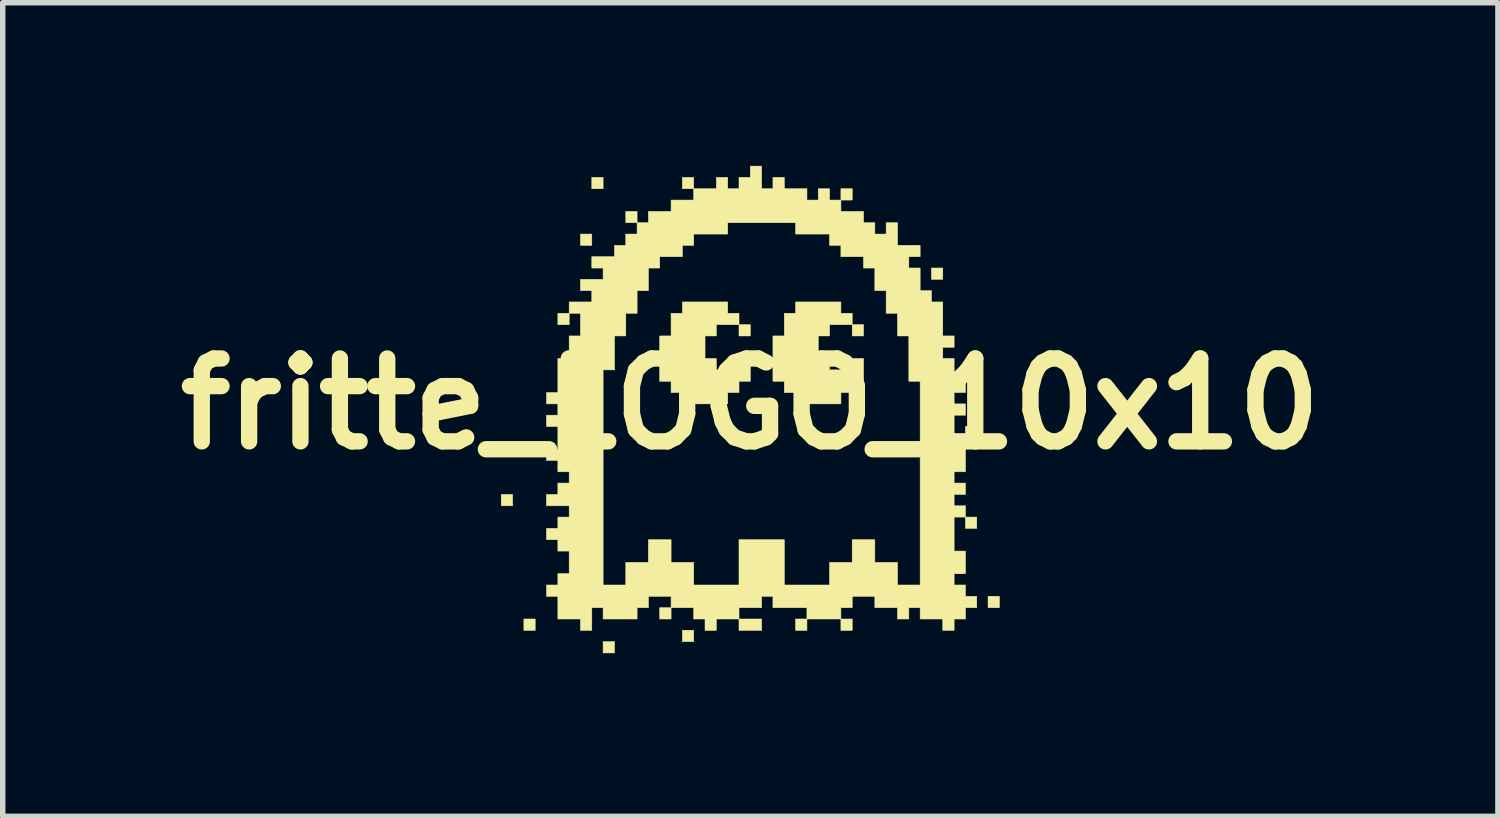
<source format=kicad_pcb>
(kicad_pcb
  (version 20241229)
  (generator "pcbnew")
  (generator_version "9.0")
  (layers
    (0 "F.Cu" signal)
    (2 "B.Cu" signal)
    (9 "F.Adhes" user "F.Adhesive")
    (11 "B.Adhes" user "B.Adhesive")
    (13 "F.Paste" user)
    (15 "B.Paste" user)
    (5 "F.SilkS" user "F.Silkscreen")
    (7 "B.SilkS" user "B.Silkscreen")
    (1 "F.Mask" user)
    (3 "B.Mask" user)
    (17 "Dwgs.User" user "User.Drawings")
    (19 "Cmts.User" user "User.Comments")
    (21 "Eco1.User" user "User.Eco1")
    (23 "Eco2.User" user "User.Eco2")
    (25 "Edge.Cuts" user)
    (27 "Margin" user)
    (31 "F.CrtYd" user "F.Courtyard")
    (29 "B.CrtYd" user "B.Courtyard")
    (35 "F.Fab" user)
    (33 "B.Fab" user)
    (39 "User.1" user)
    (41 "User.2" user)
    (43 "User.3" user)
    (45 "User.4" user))
  (footprint "fritte_LOGO_10x10"
    (layer "F.Cu")
    (at 10.748 4.377)
    (property "Reference" "fritte_LOGO_10x10" (at 0 0 0) (layer "F.SilkS") (effects (font (size 1.524 1.524) (thickness 0.3))))
    (attr through_hole)
    (fp_poly (pts (xy -4.372 1.874) (xy -4.58 1.874) (xy -4.58 1.666) (xy -4.372 1.666) (xy -4.372 1.874)) (stroke (width 0.01) (type solid)) (fill yes) (layer "F.SilkS"))
    (fp_poly (pts (xy -3.956 4.164) (xy -4.164 4.164) (xy -4.164 3.956) (xy -3.956 3.956) (xy -3.956 4.164)) (stroke (width 0.01) (type solid)) (fill yes) (layer "F.SilkS"))
    (fp_poly (pts (xy -3.331 -1.457) (xy -3.539 -1.457) (xy -3.539 -1.666) (xy -3.331 -1.666) (xy -3.331 -1.457)) (stroke (width 0.01) (type solid)) (fill yes) (layer "F.SilkS"))
    (fp_poly (pts (xy -2.915 -2.915) (xy -3.123 -2.915) (xy -3.123 -3.123) (xy -2.915 -3.123) (xy -2.915 -2.915)) (stroke (width 0.01) (type solid)) (fill yes) (layer "F.SilkS"))
    (fp_poly (pts (xy -2.707 -3.956) (xy -2.915 -3.956) (xy -2.915 -4.164) (xy -2.707 -4.164) (xy -2.707 -3.956)) (stroke (width 0.01) (type solid)) (fill yes) (layer "F.SilkS"))
    (fp_poly (pts (xy -2.498 4.58) (xy -2.707 4.58) (xy -2.707 4.372) (xy -2.498 4.372) (xy -2.498 4.58)) (stroke (width 0.01) (type solid)) (fill yes) (layer "F.SilkS"))
    (fp_poly (pts (xy -2.082 -3.331) (xy -2.29 -3.331) (xy -2.29 -3.539) (xy -2.082 -3.539) (xy -2.082 -3.331)) (stroke (width 0.01) (type solid)) (fill yes) (layer "F.SilkS"))
    (fp_poly (pts (xy -1.457 3.956) (xy -1.666 3.956) (xy -1.666 3.748) (xy -1.457 3.748) (xy -1.457 3.956)) (stroke (width 0.01) (type solid)) (fill yes) (layer "F.SilkS"))
    (fp_poly (pts (xy -1.041 -3.956) (xy -1.249 -3.956) (xy -1.249 -4.164) (xy -1.041 -4.164) (xy -1.041 -3.956)) (stroke (width 0.01) (type solid)) (fill yes) (layer "F.SilkS"))
    (fp_poly (pts (xy -1.041 4.372) (xy -1.249 4.372) (xy -1.249 4.164) (xy -1.041 4.164) (xy -1.041 4.372)) (stroke (width 0.01) (type solid)) (fill yes) (layer "F.SilkS"))
    (fp_poly (pts (xy 0 -1.249) (xy -0.208 -1.249) (xy -0.208 -1.457) (xy 0 -1.457) (xy 0 -1.249)) (stroke (width 0.01) (type solid)) (fill yes) (layer "F.SilkS"))
    (fp_poly (pts (xy 0.208 4.164) (xy -0.208 4.164) (xy -0.208 3.956) (xy 0.208 3.956) (xy 0.208 4.164)) (stroke (width 0.01) (type solid)) (fill yes) (layer "F.SilkS"))
    (fp_poly (pts (xy 1.041 4.164) (xy 0.833 4.164) (xy 0.833 3.956) (xy 1.041 3.956) (xy 1.041 4.164)) (stroke (width 0.01) (type solid)) (fill yes) (layer "F.SilkS"))
    (fp_poly (pts (xy 1.874 -3.748) (xy 1.666 -3.748) (xy 1.666 -3.956) (xy 1.874 -3.956) (xy 1.874 -3.748)) (stroke (width 0.01) (type solid)) (fill yes) (layer "F.SilkS"))
    (fp_poly (pts (xy 1.874 4.164) (xy 1.666 4.164) (xy 1.666 3.956) (xy 1.874 3.956) (xy 1.874 4.164)) (stroke (width 0.01) (type solid)) (fill yes) (layer "F.SilkS"))
    (fp_poly (pts (xy 2.082 -1.249) (xy 1.874 -1.249) (xy 1.874 -1.457) (xy 2.082 -1.457) (xy 2.082 -1.249)) (stroke (width 0.01) (type solid)) (fill yes) (layer "F.SilkS"))
    (fp_poly (pts (xy 3.539 -2.29) (xy 3.331 -2.29) (xy 3.331 -2.498) (xy 3.539 -2.498) (xy 3.539 -2.29)) (stroke (width 0.01) (type solid)) (fill yes) (layer "F.SilkS"))
    (fp_poly (pts (xy 4.164 0.625) (xy 3.956 0.625) (xy 3.956 0.416) (xy 4.164 0.416) (xy 4.164 0.625)) (stroke (width 0.01) (type solid)) (fill yes) (layer "F.SilkS"))
    (fp_poly (pts (xy 4.164 2.29) (xy 3.956 2.29) (xy 3.956 2.082) (xy 4.164 2.082) (xy 4.164 2.29)) (stroke (width 0.01) (type solid)) (fill yes) (layer "F.SilkS"))
    (fp_poly (pts (xy 4.58 3.748) (xy 4.372 3.748) (xy 4.372 3.539) (xy 4.58 3.539) (xy 4.58 3.748)) (stroke (width 0.01) (type solid)) (fill yes) (layer "F.SilkS"))
    (fp_poly (pts (xy -0.416 -1.666) (xy -0.208 -1.666) (xy -0.208 -1.457) (xy -0.625 -1.457) (xy -0.625 -1.249) (xy -0.833 -1.249) (xy -0.833 -0.833) (xy -0.625 -0.833) (xy -0.625 -0.625) (xy -0.208 -0.625) (xy -0.208 -0.833) (xy 0 -0.833) (xy 0 -0.416) (xy -0.208 -0.416) (xy -0.208 -0.208) (xy -0.416 -0.208) (xy -0.416 0) (xy -1.249 0) (xy -1.249 -0.208) (xy -1.457 -0.208) (xy -1.457 -0.416) (xy -1.666 -0.416) (xy -1.666 -1.249) (xy -1.457 -1.249) (xy -1.457 -1.666) (xy -1.249 -1.666) (xy -1.249 -1.874) (xy -0.416 -1.874) (xy -0.416 -1.666)) (stroke (width 0.01) (type solid)) (fill yes) (layer "F.SilkS"))
    (fp_poly (pts (xy 1.666 -1.666) (xy 1.874 -1.666) (xy 1.874 -1.457) (xy 1.457 -1.457) (xy 1.457 -1.249) (xy 1.249 -1.249) (xy 1.249 -0.833) (xy 1.457 -0.833) (xy 1.457 -0.625) (xy 1.874 -0.625) (xy 1.874 -0.833) (xy 2.082 -0.833) (xy 2.082 -0.416) (xy 1.874 -0.416) (xy 1.874 -0.208) (xy 1.666 -0.208) (xy 1.666 0) (xy 0.833 0) (xy 0.833 -0.208) (xy 0.625 -0.208) (xy 0.625 -0.416) (xy 0.416 -0.416) (xy 0.416 -1.249) (xy 0.625 -1.249) (xy 0.625 -1.666) (xy 0.833 -1.666) (xy 0.833 -1.874) (xy 1.666 -1.874) (xy 1.666 -1.666)) (stroke (width 0.01) (type solid)) (fill yes) (layer "F.SilkS"))
    (fp_poly (pts (xy -3.331 -1.874) (xy -2.915 -1.874) (xy -2.915 -2.082) (xy -3.123 -2.082) (xy -3.123 -2.29) (xy -2.707 -2.29) (xy -2.707 -2.498) (xy -2.915 -2.498) (xy -2.915 -2.707) (xy -2.498 -2.707) (xy -2.498 -2.915) (xy -2.29 -2.915) (xy -2.29 -3.123) (xy -2.082 -3.123) (xy -2.082 -3.331) (xy -1.874 -3.331) (xy -1.874 -3.539) (xy -1.457 -3.539) (xy -1.457 -3.748) (xy -1.041 -3.748) (xy -1.041 -3.956) (xy -0.625 -3.956) (xy -0.625 -4.164) (xy -0.416 -4.164) (xy -0.416 -3.956) (xy -0.208 -3.956) (xy -0.208 -4.164) (xy 0 -4.164) (xy 0 -4.372) (xy 0.208 -4.372) (xy 0.208 -3.956) (xy 0.416 -3.956) (xy 0.416 -4.164) (xy 0.625 -4.164) (xy 0.625 -3.956) (xy 1.041 -3.956) (xy 1.041 -3.748) (xy 1.249 -3.748) (xy 1.249 -3.956) (xy 1.457 -3.956) (xy 1.457 -3.748) (xy 1.666 -3.748) (xy 1.666 -3.539) (xy 2.082 -3.539) (xy 2.082 -3.331) (xy 2.29 -3.331) (xy 2.29 -3.123) (xy 2.498 -3.123) (xy 2.498 -3.331) (xy 2.707 -3.331) (xy 2.707 -2.915) (xy 3.123 -2.915) (xy 3.123 -2.707) (xy 2.915 -2.707) (xy 2.915 -2.498) (xy 3.123 -2.498) (xy 3.123 -2.082) (xy 3.331 -2.082) (xy 3.331 -1.874) (xy 3.539 -1.874) (xy 3.539 -1.249) (xy 3.748 -1.249) (xy 3.748 -1.041) (xy 3.539 -1.041) (xy 3.539 -0.833) (xy 3.748 -0.833) (xy 3.748 -0.416) (xy 3.956 -0.416) (xy 3.956 -0.208) (xy 3.748 -0.208) (xy 3.748 0) (xy 3.956 0) (xy 3.956 0.208) (xy 3.748 0.208) (xy 3.748 0.625) (xy 3.956 0.625) (xy 3.956 1.249) (xy 3.748 1.249) (xy 3.748 1.457) (xy 3.956 1.457) (xy 3.956 1.666) (xy 3.748 1.666) (xy 3.748 1.874) (xy 3.956 1.874) (xy 3.956 2.082) (xy 3.748 2.082) (xy 3.748 2.707) (xy 3.956 2.707) (xy 3.956 3.123) (xy 3.748 3.123) (xy 3.748 3.331) (xy 3.956 3.331) (xy 3.956 3.539) (xy 4.164 3.539) (xy 4.164 3.748) (xy 3.956 3.748) (xy 3.956 3.956) (xy 3.748 3.956) (xy 3.748 4.164) (xy 3.539 4.164) (xy 3.539 3.956) (xy 3.123 3.956) (xy 3.123 3.748) (xy 2.915 3.748) (xy 2.915 3.956) (xy 2.707 3.956) (xy 2.707 3.748) (xy 2.29 3.748) (xy 2.29 3.539) (xy 1.874 3.539) (xy 1.874 3.748) (xy 1.666 3.748) (xy 1.666 3.956) (xy 1.041 3.956) (xy 1.041 3.748) (xy 0.416 3.748) (xy 0.416 3.539) (xy 0.208 3.539) (xy 0.208 3.748) (xy -0.208 3.748) (xy -0.208 3.956) (xy -0.625 3.956) (xy -0.625 4.164) (xy -0.833 4.164) (xy -0.833 3.956) (xy -1.041 3.956) (xy -1.041 3.748) (xy -1.457 3.748) (xy -1.457 3.539) (xy -1.874 3.539) (xy -1.874 3.748) (xy -2.082 3.748) (xy -2.082 3.956) (xy -2.707 3.956) (xy -2.707 3.748) (xy -2.915 3.748) (xy -2.915 4.164) (xy -3.123 4.164) (xy -3.123 3.956) (xy -3.539 3.956) (xy -3.539 3.539) (xy -3.748 3.539) (xy -3.748 3.331) (xy -3.539 3.331) (xy -3.539 3.123) (xy -3.331 3.123) (xy -3.331 2.707) (xy -3.539 2.707) (xy -3.539 2.498) (xy -3.748 2.498) (xy -3.748 2.29) (xy -3.539 2.29) (xy -3.539 2.082) (xy -3.331 2.082) (xy -3.331 1.874) (xy -3.748 1.874) (xy -3.748 1.666) (xy -3.539 1.666) (xy -3.539 1.457) (xy -3.331 1.457) (xy -3.331 1.249) (xy -3.539 1.249) (xy -3.539 1.041) (xy -3.748 1.041) (xy -3.748 0.833) (xy -3.539 0.833) (xy -3.539 0.416) (xy -3.748 0.416) (xy -3.748 0.208) (xy -3.539 0.208) (xy -3.539 0) (xy -3.748 0) (xy -3.748 -0.208) (xy -3.539 -0.208) (xy -3.539 -0.625) (xy -2.707 -0.625) (xy -2.707 3.331) (xy -2.29 3.331) (xy -2.29 2.915) (xy -1.874 2.915) (xy -1.874 2.498) (xy -1.457 2.498) (xy -1.457 2.915) (xy -1.041 2.915) (xy -1.041 3.331) (xy -0.208 3.331) (xy -0.208 2.498) (xy 0.625 2.498) (xy 0.625 3.331) (xy 1.457 3.331) (xy 1.457 2.915) (xy 1.874 2.915) (xy 1.874 2.498) (xy 2.29 2.498) (xy 2.29 2.915) (xy 2.707 2.915) (xy 2.707 3.331) (xy 3.123 3.331) (xy 3.123 -0.416) (xy 2.915 -0.416) (xy 2.915 -1.249) (xy 2.707 -1.249) (xy 2.707 -1.666) (xy 2.498 -1.666) (xy 2.498 -2.082) (xy 2.29 -2.082) (xy 2.29 -2.498) (xy 2.082 -2.498) (xy 2.082 -2.707) (xy 1.666 -2.707) (xy 1.666 -2.915) (xy 1.457 -2.915) (xy 1.457 -3.123) (xy 0.833 -3.123) (xy 0.833 -3.331) (xy -0.416 -3.331) (xy -0.416 -3.123) (xy -1.041 -3.123) (xy -1.041 -2.915) (xy -1.249 -2.915) (xy -1.249 -2.707) (xy -1.666 -2.707) (xy -1.666 -2.498) (xy -1.874 -2.498) (xy -1.874 -2.082) (xy -2.082 -2.082) (xy -2.082 -1.666) (xy -2.29 -1.666) (xy -2.29 -1.249) (xy -2.498 -1.249) (xy -2.498 -0.625) (xy -2.707 -0.625) (xy -3.539 -0.625) (xy -3.539 -0.833) (xy -3.331 -0.833) (xy -3.331 -1.249) (xy -3.123 -1.249) (xy -3.123 -1.666) (xy -3.331 -1.666) (xy -3.331 -1.874)) (stroke (width 0.01) (type solid)) (fill yes) (layer "F.SilkS")))
  (gr_rect
    (start -3 -3)
    (end 24.496 11.962)
    (stroke (width 0.1) (type default))
    (fill no)
    (layer "Edge.Cuts")))
</source>
